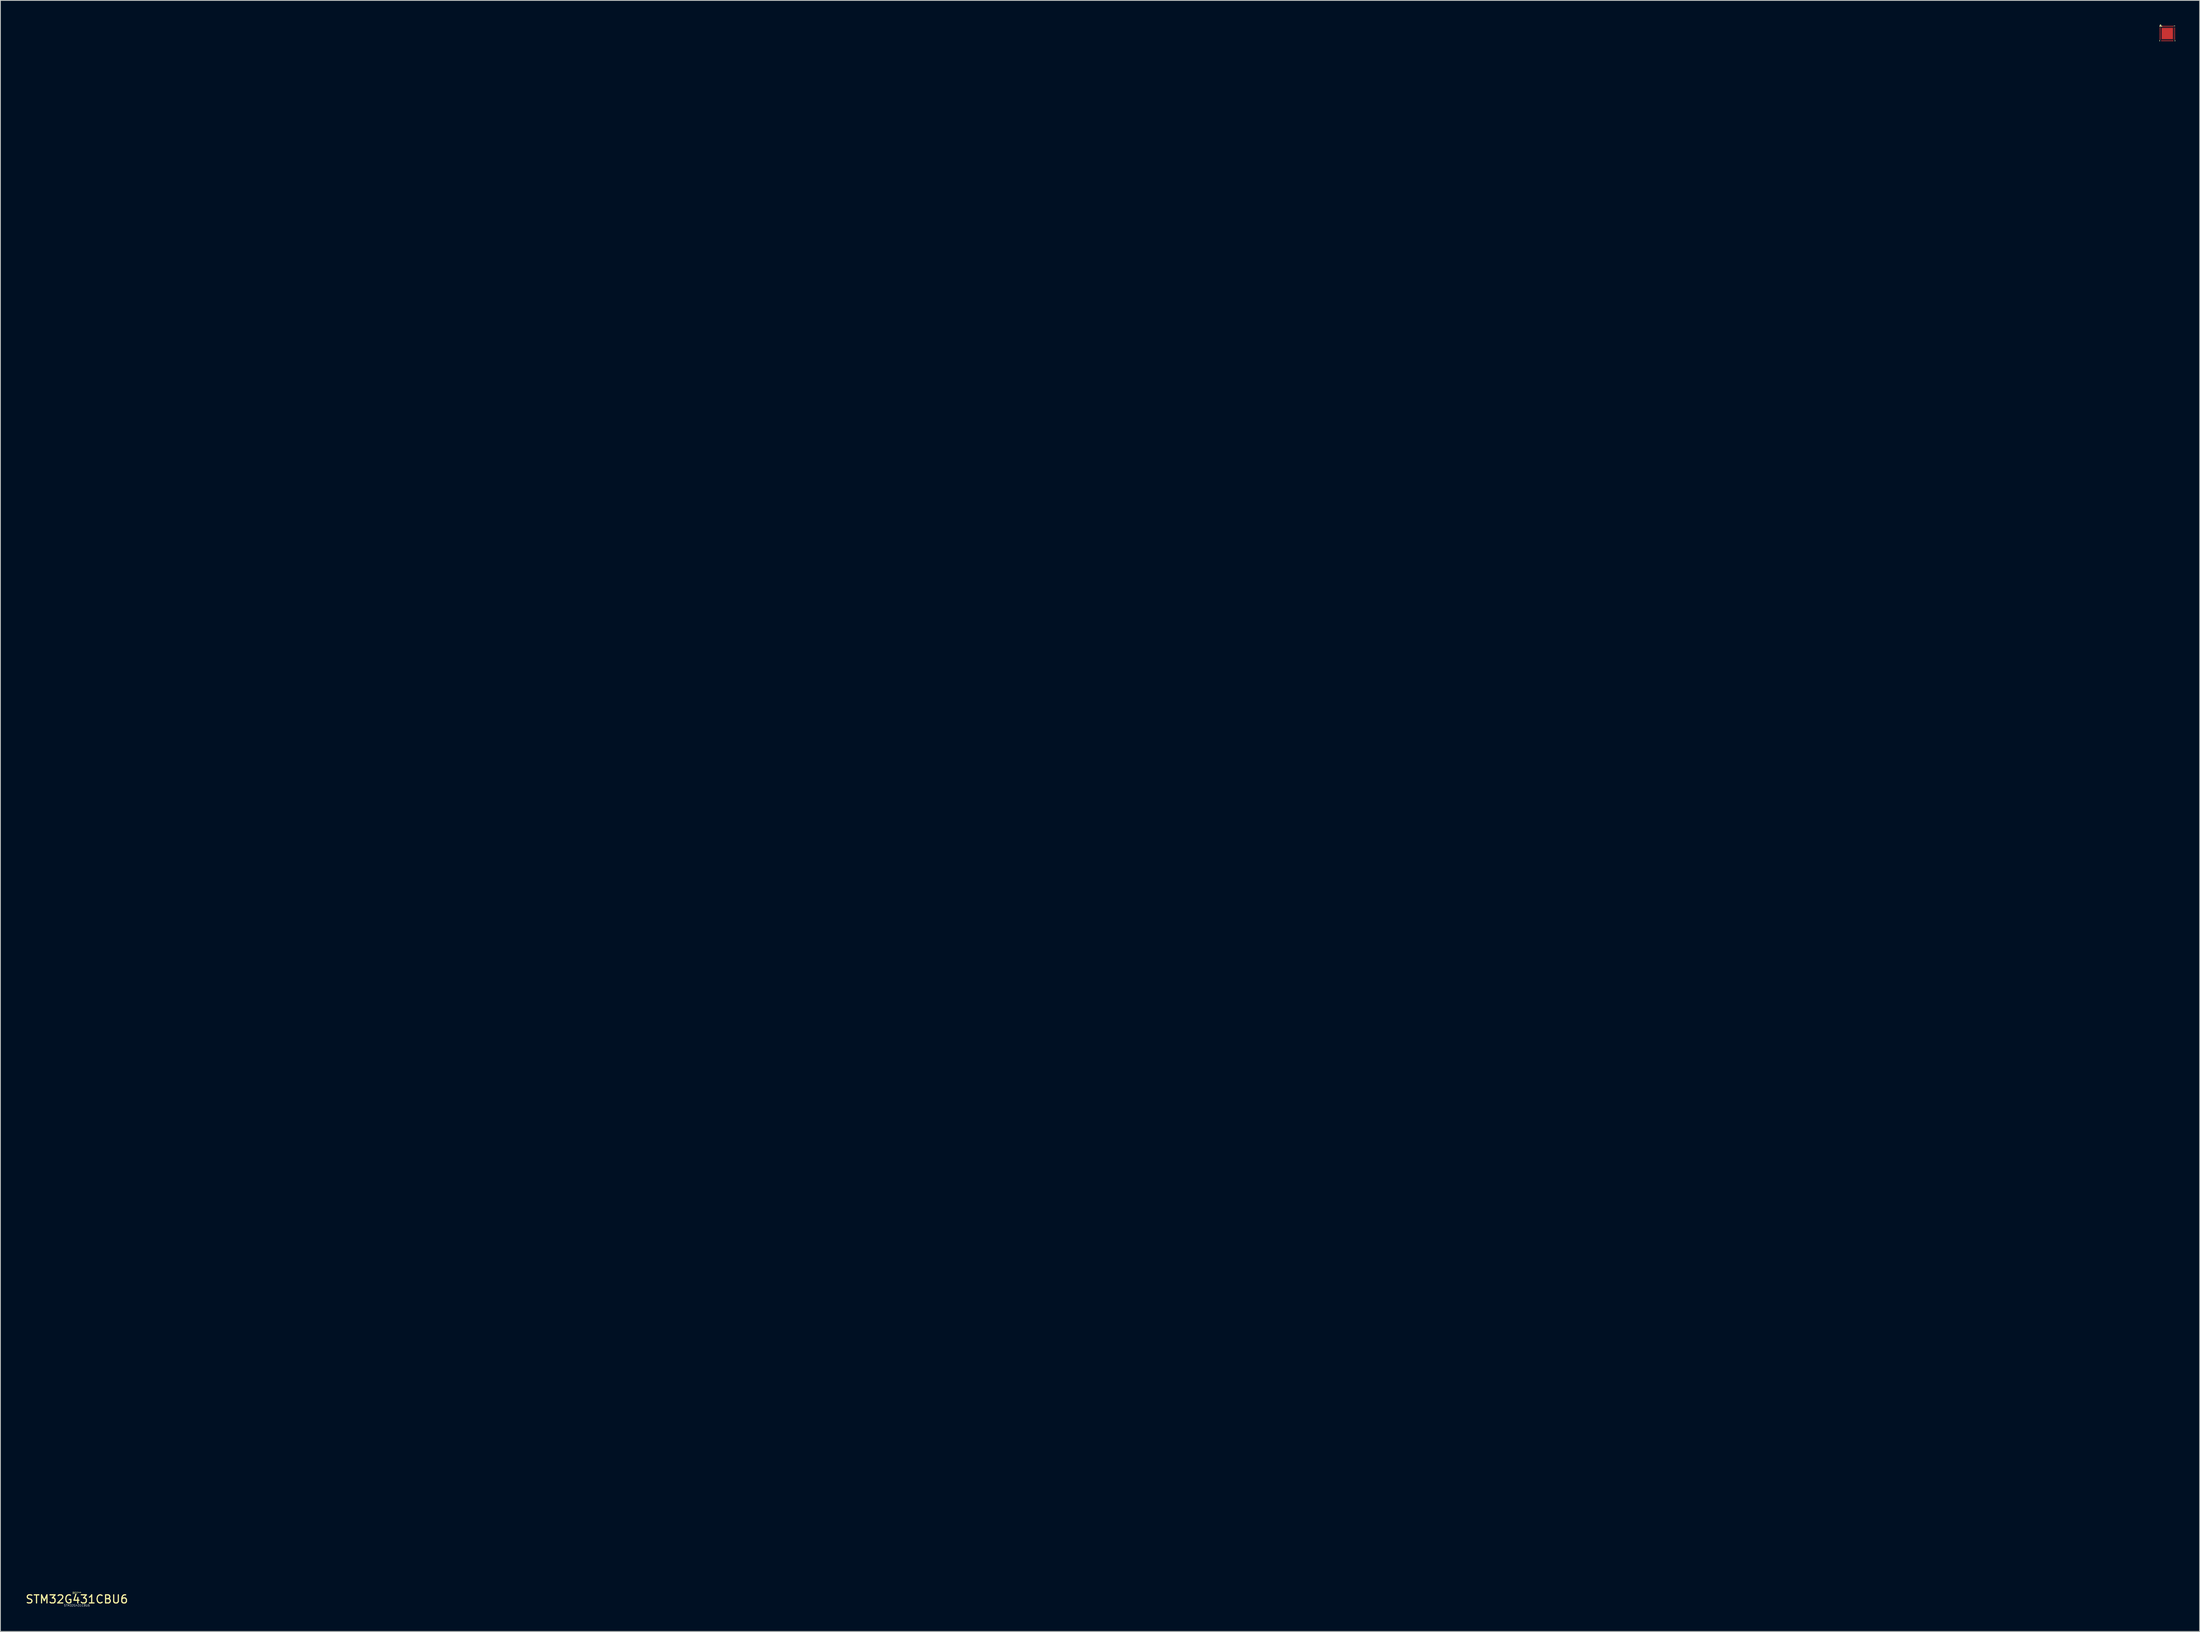
<source format=kicad_pcb>
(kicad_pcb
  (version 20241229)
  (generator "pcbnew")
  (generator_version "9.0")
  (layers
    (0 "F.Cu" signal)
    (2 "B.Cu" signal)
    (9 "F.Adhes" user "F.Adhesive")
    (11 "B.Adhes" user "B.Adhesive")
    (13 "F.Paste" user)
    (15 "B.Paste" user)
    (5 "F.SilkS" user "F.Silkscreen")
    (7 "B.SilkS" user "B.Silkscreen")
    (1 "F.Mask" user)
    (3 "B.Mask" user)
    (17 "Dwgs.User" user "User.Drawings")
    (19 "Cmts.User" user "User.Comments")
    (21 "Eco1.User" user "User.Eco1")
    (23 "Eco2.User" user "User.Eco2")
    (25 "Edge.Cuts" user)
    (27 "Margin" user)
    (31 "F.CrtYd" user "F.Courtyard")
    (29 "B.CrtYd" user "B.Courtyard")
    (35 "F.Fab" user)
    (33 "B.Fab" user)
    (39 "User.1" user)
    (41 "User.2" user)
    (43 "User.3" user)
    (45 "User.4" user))
  (footprint "STM32G431CBU6"
    (layer "F.Cu")
    (at 6.435 194.412)
    (property "Reference" "STM32G431CBU6" (at 0 0 0) (layer "F.SilkS") (effects (font (size 1 1) (thickness 0.15))))
    (fp_line (start 257.092 -192.497) (end 257.092 -192.382) (stroke (width 0.065) (type solid)) (layer "F.SilkS"))
    (fp_line (start 257.206 -194.262) (end 257.092 -194.262) (stroke (width 0.065) (type solid)) (layer "F.SilkS"))
    (fp_line (start 258.857 -194.262) (end 258.972 -194.262) (stroke (width 0.065) (type solid)) (layer "F.SilkS"))
    (fp_line (start 258.972 -192.497) (end 258.972 -192.382) (stroke (width 0.065) (type solid)) (layer "F.SilkS"))
    (fp_circle (center 257.143 -194.211) (end 257.15 -194.211) (stroke (width 0.065) (type solid)) (fill no) (layer "F.SilkS"))
    (fp_circle (center 257.193 -194.354) (end 257.219 -194.354) (stroke (width 0.065) (type solid)) (fill no) (layer "F.SilkS"))
    (fp_circle (center 257.322 -194.225) (end 257.36 -194.225) (stroke (width 0.065) (type solid)) (fill no) (layer "F.SilkS"))
    (fp_text user "REF**" (at 0 -0.762 0) (layer "F.SilkS") (effects (font (size 0.254 0.254) (thickness 0.038))))
    (fp_text user "STM32G431CBU6" (at 0 0.762 0) (layer "F.Fab") (effects (font (size 0.254 0.254) (thickness 0.038))))
    (pad "1" smd oval (at 257.333 -194.205) (size 0.071 0.216) (layers "F.Cu" "F.Mask" "F.Paste"))
    (pad "2" smd oval (at 257.46 -194.205) (size 0.071 0.216) (layers "F.Cu" "F.Mask" "F.Paste"))
    (pad "3" smd oval (at 257.587 -194.205) (size 0.071 0.216) (layers "F.Cu" "F.Mask" "F.Paste"))
    (pad "4" smd oval (at 257.714 -194.205) (size 0.071 0.216) (layers "F.Cu" "F.Mask" "F.Paste"))
    (pad "5" smd oval (at 257.841 -194.205) (size 0.071 0.216) (layers "F.Cu" "F.Mask" "F.Paste"))
    (pad "6" smd oval (at 257.968 -194.205) (size 0.071 0.216) (layers "F.Cu" "F.Mask" "F.Paste"))
    (pad "7" smd oval (at 258.095 -194.205) (size 0.071 0.216) (layers "F.Cu" "F.Mask" "F.Paste"))
    (pad "8" smd oval (at 258.222 -194.205) (size 0.071 0.216) (layers "F.Cu" "F.Mask" "F.Paste"))
    (pad "9" smd oval (at 258.349 -194.205) (size 0.071 0.216) (layers "F.Cu" "F.Mask" "F.Paste"))
    (pad "10" smd oval (at 258.476 -194.205) (size 0.071 0.216) (layers "F.Cu" "F.Mask" "F.Paste"))
    (pad "11" smd oval (at 258.603 -194.205) (size 0.071 0.216) (layers "F.Cu" "F.Mask" "F.Paste"))
    (pad "12" smd oval (at 258.73 -194.205) (size 0.071 0.216) (layers "F.Cu" "F.Mask" "F.Paste"))
    (pad "13" smd oval (at 258.914 -194.021) (size 0.216 0.071) (layers "F.Cu" "F.Mask" "F.Paste"))
    (pad "14" smd oval (at 258.914 -193.894) (size 0.216 0.071) (layers "F.Cu" "F.Mask" "F.Paste"))
    (pad "15" smd oval (at 258.914 -193.767) (size 0.216 0.071) (layers "F.Cu" "F.Mask" "F.Paste"))
    (pad "16" smd oval (at 258.914 -193.64) (size 0.216 0.071) (layers "F.Cu" "F.Mask" "F.Paste"))
    (pad "17" smd oval (at 258.914 -193.513) (size 0.216 0.071) (layers "F.Cu" "F.Mask" "F.Paste"))
    (pad "18" smd oval (at 258.914 -193.386) (size 0.216 0.071) (layers "F.Cu" "F.Mask" "F.Paste"))
    (pad "19" smd oval (at 258.914 -193.259) (size 0.216 0.071) (layers "F.Cu" "F.Mask" "F.Paste"))
    (pad "20" smd oval (at 258.914 -193.132) (size 0.216 0.071) (layers "F.Cu" "F.Mask" "F.Paste"))
    (pad "21" smd oval (at 258.914 -193.005) (size 0.216 0.071) (layers "F.Cu" "F.Mask" "F.Paste"))
    (pad "22" smd oval (at 258.914 -192.878) (size 0.216 0.071) (layers "F.Cu" "F.Mask" "F.Paste"))
    (pad "23" smd oval (at 258.914 -192.751) (size 0.216 0.071) (layers "F.Cu" "F.Mask" "F.Paste"))
    (pad "24" smd oval (at 258.914 -192.624) (size 0.216 0.071) (layers "F.Cu" "F.Mask" "F.Paste"))
    (pad "25" smd oval (at 258.73 -192.44) (size 0.071 0.216) (layers "F.Cu" "F.Mask" "F.Paste"))
    (pad "26" smd oval (at 258.603 -192.44) (size 0.071 0.216) (layers "F.Cu" "F.Mask" "F.Paste"))
    (pad "27" smd oval (at 258.476 -192.44) (size 0.071 0.216) (layers "F.Cu" "F.Mask" "F.Paste"))
    (pad "28" smd oval (at 258.349 -192.44) (size 0.071 0.216) (layers "F.Cu" "F.Mask" "F.Paste"))
    (pad "29" smd oval (at 258.222 -192.44) (size 0.071 0.216) (layers "F.Cu" "F.Mask" "F.Paste"))
    (pad "30" smd oval (at 258.095 -192.44) (size 0.071 0.216) (layers "F.Cu" "F.Mask" "F.Paste"))
    (pad "31" smd oval (at 257.968 -192.44) (size 0.071 0.216) (layers "F.Cu" "F.Mask" "F.Paste"))
    (pad "32" smd oval (at 257.841 -192.44) (size 0.071 0.216) (layers "F.Cu" "F.Mask" "F.Paste"))
    (pad "33" smd oval (at 257.714 -192.44) (size 0.071 0.216) (layers "F.Cu" "F.Mask" "F.Paste"))
    (pad "34" smd oval (at 257.587 -192.44) (size 0.071 0.216) (layers "F.Cu" "F.Mask" "F.Paste"))
    (pad "35" smd oval (at 257.46 -192.44) (size 0.071 0.216) (layers "F.Cu" "F.Mask" "F.Paste"))
    (pad "36" smd oval (at 257.333 -192.44) (size 0.071 0.216) (layers "F.Cu" "F.Mask" "F.Paste"))
    (pad "37" smd oval (at 257.149 -192.624) (size 0.216 0.071) (layers "F.Cu" "F.Mask" "F.Paste"))
    (pad "38" smd oval (at 257.149 -192.751) (size 0.216 0.071) (layers "F.Cu" "F.Mask" "F.Paste"))
    (pad "39" smd oval (at 257.149 -192.878) (size 0.216 0.071) (layers "F.Cu" "F.Mask" "F.Paste"))
    (pad "40" smd oval (at 257.149 -193.005) (size 0.216 0.071) (layers "F.Cu" "F.Mask" "F.Paste"))
    (pad "41" smd oval (at 257.149 -193.132) (size 0.216 0.071) (layers "F.Cu" "F.Mask" "F.Paste"))
    (pad "42" smd oval (at 257.149 -193.259) (size 0.216 0.071) (layers "F.Cu" "F.Mask" "F.Paste"))
    (pad "43" smd oval (at 257.149 -193.386) (size 0.216 0.071) (layers "F.Cu" "F.Mask" "F.Paste"))
    (pad "44" smd oval (at 257.149 -193.513) (size 0.216 0.071) (layers "F.Cu" "F.Mask" "F.Paste"))
    (pad "45" smd oval (at 257.149 -193.64) (size 0.216 0.071) (layers "F.Cu" "F.Mask" "F.Paste"))
    (pad "46" smd oval (at 257.149 -193.767) (size 0.216 0.071) (layers "F.Cu" "F.Mask" "F.Paste"))
    (pad "47" smd oval (at 257.149 -193.894) (size 0.216 0.071) (layers "F.Cu" "F.Mask" "F.Paste"))
    (pad "48" smd oval (at 257.149 -194.021) (size 0.216 0.071) (layers "F.Cu" "F.Mask" "F.Paste"))
    (pad "49" smd rect (at 258.032 -193.322) (size 1.397 1.397) (layers "F.Cu" "F.Mask" "F.Paste")))
  (gr_rect
    (start -3 -3)
    (end 268.457 198.39)
    (stroke (width 0.1) (type default))
    (fill no)
    (layer "Edge.Cuts")))
</source>
